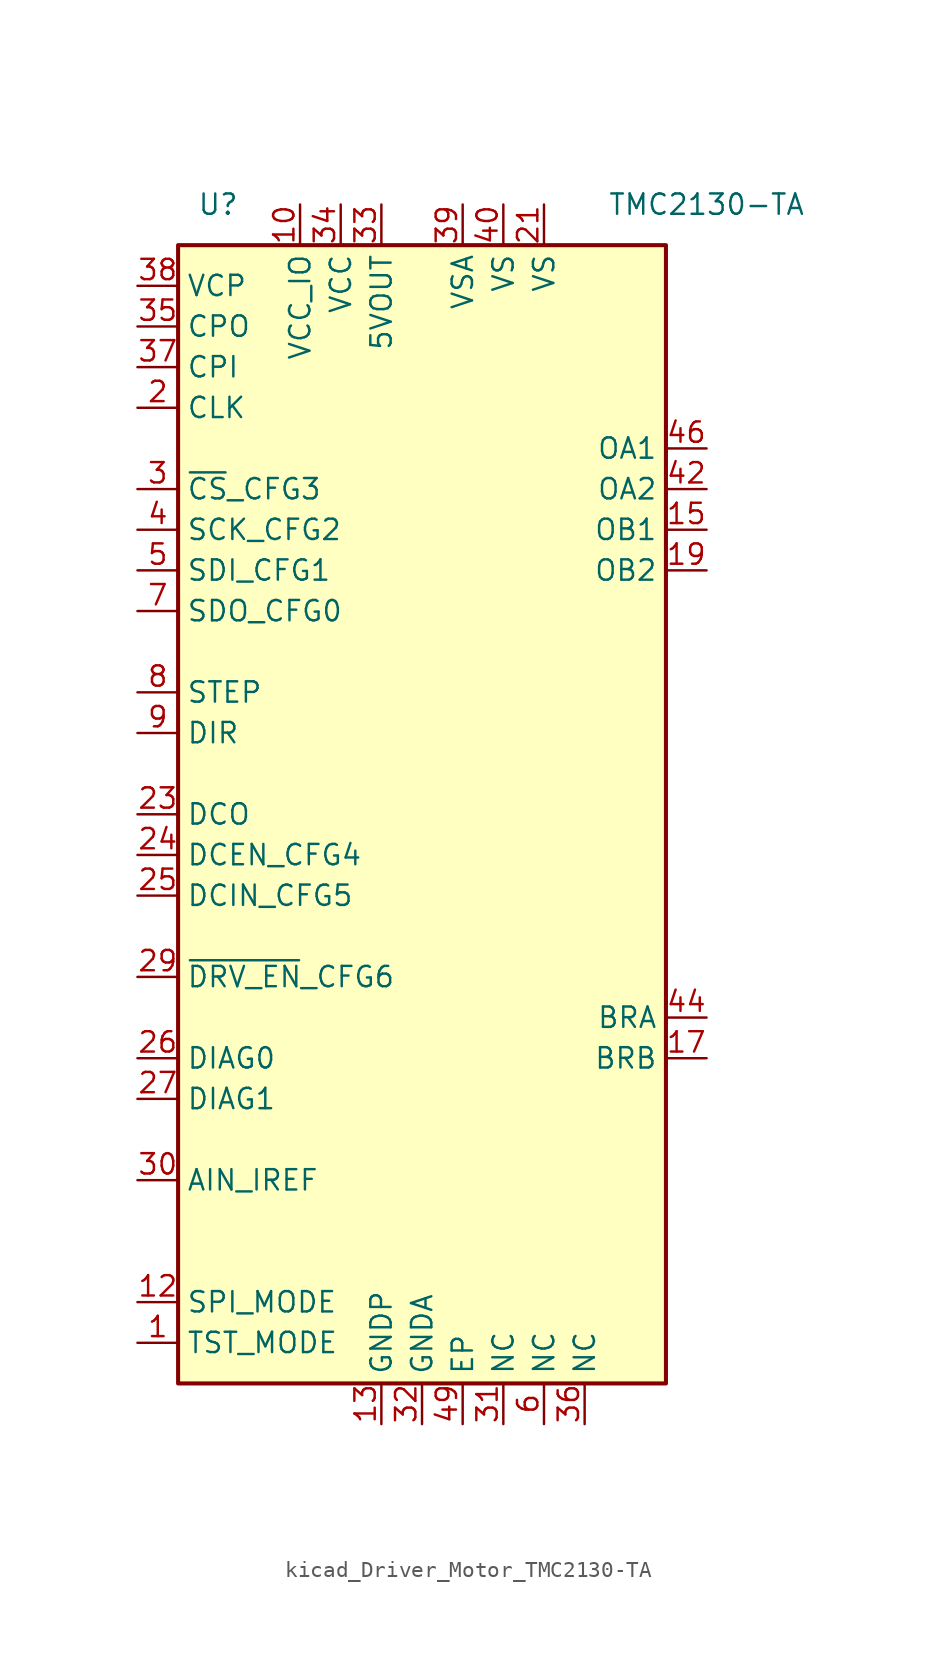
<source format=kicad_sym>
(kicad_symbol_lib
  (version 20220914)
  (generator kicad_symbol_editor)
  (symbol "kicad_Driver_Motor_TMC2130-TA"
    (property "Reference" "U"
      (at -11.43 38.1 0)
      (effects (font (size 1.27 1.27)) (justify right)))
    (property "Value" "TMC2130-TA"
      (at 17.78 38.1 0)
      (effects (font (size 1.27 1.27))))
    (symbol "kicad_Driver_Motor_TMC2130-TA_1_1"
      (rectangle (start -15.24 35.56) (end 15.24 -35.56) (stroke (width 0.254) (type default)) (fill (type background)))
      (pin input line (at -17.78 -33.02 0) (length 2.54) (name "TST_MODE" (effects (font (size 1.27 1.27)))) (number "1" (effects (font (size 1.27 1.27)))))
      (pin power_in line (at -7.62 38.1 270) (length 2.54) (name "VCC_IO" (effects (font (size 1.27 1.27)))) (number "10" (effects (font (size 1.27 1.27)))))
      (pin no_connect line (at -15.24 -27.94 0) (length 2.54) hide (name "DNC" (effects (font (size 1.27 1.27)))) (number "11" (effects (font (size 1.27 1.27)))))
      (pin input line (at -17.78 -30.48 0) (length 2.54) (name "SPI_MODE" (effects (font (size 1.27 1.27)))) (number "12" (effects (font (size 1.27 1.27)))))
      (pin power_in line (at -2.54 -38.1 90) (length 2.54) (name "GNDP" (effects (font (size 1.27 1.27)))) (number "13" (effects (font (size 1.27 1.27)))))
      (pin no_connect line (at 15.24 12.7 180) (length 2.54) hide (name "DNC" (effects (font (size 1.27 1.27)))) (number "14" (effects (font (size 1.27 1.27)))))
      (pin output line (at 17.78 17.78 180) (length 2.54) (name "OB1" (effects (font (size 1.27 1.27)))) (number "15" (effects (font (size 1.27 1.27)))))
      (pin no_connect line (at 15.24 10.16 180) (length 2.54) hide (name "DNC" (effects (font (size 1.27 1.27)))) (number "16" (effects (font (size 1.27 1.27)))))
      (pin passive line (at 17.78 -15.24 180) (length 2.54) (name "BRB" (effects (font (size 1.27 1.27)))) (number "17" (effects (font (size 1.27 1.27)))))
      (pin no_connect line (at 15.24 7.62 180) (length 2.54) hide (name "DNC" (effects (font (size 1.27 1.27)))) (number "18" (effects (font (size 1.27 1.27)))))
      (pin output line (at 17.78 15.24 180) (length 2.54) (name "OB2" (effects (font (size 1.27 1.27)))) (number "19" (effects (font (size 1.27 1.27)))))
      (pin input line (at -17.78 25.4 0) (length 2.54) (name "CLK" (effects (font (size 1.27 1.27)))) (number "2" (effects (font (size 1.27 1.27)))))
      (pin no_connect line (at 15.24 5.08 180) (length 2.54) hide (name "DNC" (effects (font (size 1.27 1.27)))) (number "20" (effects (font (size 1.27 1.27)))))
      (pin power_in line (at 7.62 38.1 270) (length 2.54) (name "VS" (effects (font (size 1.27 1.27)))) (number "21" (effects (font (size 1.27 1.27)))))
      (pin no_connect line (at 15.24 2.54 180) (length 2.54) hide (name "DNC" (effects (font (size 1.27 1.27)))) (number "22" (effects (font (size 1.27 1.27)))))
      (pin output line (at -17.78 0 0) (length 2.54) (name "DCO" (effects (font (size 1.27 1.27)))) (number "23" (effects (font (size 1.27 1.27)))))
      (pin input line (at -17.78 -2.54 0) (length 2.54) (name "DCEN_CFG4" (effects (font (size 1.27 1.27)))) (number "24" (effects (font (size 1.27 1.27)))))
      (pin input line (at -17.78 -5.08 0) (length 2.54) (name "DCIN_CFG5" (effects (font (size 1.27 1.27)))) (number "25" (effects (font (size 1.27 1.27)))))
      (pin output line (at -17.78 -15.24 0) (length 2.54) (name "DIAG0" (effects (font (size 1.27 1.27)))) (number "26" (effects (font (size 1.27 1.27)))))
      (pin output line (at -17.78 -17.78 0) (length 2.54) (name "DIAG1" (effects (font (size 1.27 1.27)))) (number "27" (effects (font (size 1.27 1.27)))))
      (pin no_connect line (at -15.24 -20.32 0) (length 2.54) hide (name "DNC" (effects (font (size 1.27 1.27)))) (number "28" (effects (font (size 1.27 1.27)))))
      (pin input line (at -17.78 -10.16 0) (length 2.54) (name "~{DRV_EN}_CFG6" (effects (font (size 1.27 1.27)))) (number "29" (effects (font (size 1.27 1.27)))))
      (pin input line (at -17.78 20.32 0) (length 2.54) (name "~{CS}_CFG3" (effects (font (size 1.27 1.27)))) (number "3" (effects (font (size 1.27 1.27)))))
      (pin input line (at -17.78 -22.86 0) (length 2.54) (name "AIN_IREF" (effects (font (size 1.27 1.27)))) (number "30" (effects (font (size 1.27 1.27)))))
      (pin passive line (at 5.08 -38.1 90) (length 2.54) (name "NC" (effects (font (size 1.27 1.27)))) (number "31" (effects (font (size 1.27 1.27)))))
      (pin power_in line (at 0 -38.1 90) (length 2.54) (name "GNDA" (effects (font (size 1.27 1.27)))) (number "32" (effects (font (size 1.27 1.27)))))
      (pin power_out line (at -2.54 38.1 270) (length 2.54) (name "5VOUT" (effects (font (size 1.27 1.27)))) (number "33" (effects (font (size 1.27 1.27)))))
      (pin power_in line (at -5.08 38.1 270) (length 2.54) (name "VCC" (effects (font (size 1.27 1.27)))) (number "34" (effects (font (size 1.27 1.27)))))
      (pin passive line (at -17.78 30.48 0) (length 2.54) (name "CPO" (effects (font (size 1.27 1.27)))) (number "35" (effects (font (size 1.27 1.27)))))
      (pin passive line (at 10.16 -38.1 90) (length 2.54) (name "NC" (effects (font (size 1.27 1.27)))) (number "36" (effects (font (size 1.27 1.27)))))
      (pin passive line (at -17.78 27.94 0) (length 2.54) (name "CPI" (effects (font (size 1.27 1.27)))) (number "37" (effects (font (size 1.27 1.27)))))
      (pin passive line (at -17.78 33.02 0) (length 2.54) (name "VCP" (effects (font (size 1.27 1.27)))) (number "38" (effects (font (size 1.27 1.27)))))
      (pin power_in line (at 2.54 38.1 270) (length 2.54) (name "VSA" (effects (font (size 1.27 1.27)))) (number "39" (effects (font (size 1.27 1.27)))))
      (pin input line (at -17.78 17.78 0) (length 2.54) (name "SCK_CFG2" (effects (font (size 1.27 1.27)))) (number "4" (effects (font (size 1.27 1.27)))))
      (pin power_in line (at 5.08 38.1 270) (length 2.54) (name "VS" (effects (font (size 1.27 1.27)))) (number "40" (effects (font (size 1.27 1.27)))))
      (pin no_connect line (at 15.24 33.02 180) (length 2.54) hide (name "DNC" (effects (font (size 1.27 1.27)))) (number "41" (effects (font (size 1.27 1.27)))))
      (pin output line (at 17.78 20.32 180) (length 2.54) (name "OA2" (effects (font (size 1.27 1.27)))) (number "42" (effects (font (size 1.27 1.27)))))
      (pin no_connect line (at 15.24 30.48 180) (length 2.54) hide (name "DNC" (effects (font (size 1.27 1.27)))) (number "43" (effects (font (size 1.27 1.27)))))
      (pin passive line (at 17.78 -12.7 180) (length 2.54) (name "BRA" (effects (font (size 1.27 1.27)))) (number "44" (effects (font (size 1.27 1.27)))))
      (pin no_connect line (at 15.24 27.94 180) (length 2.54) hide (name "DNC" (effects (font (size 1.27 1.27)))) (number "45" (effects (font (size 1.27 1.27)))))
      (pin output line (at 17.78 22.86 180) (length 2.54) (name "OA1" (effects (font (size 1.27 1.27)))) (number "46" (effects (font (size 1.27 1.27)))))
      (pin no_connect line (at 15.24 25.4 180) (length 2.54) hide (name "DNC" (effects (font (size 1.27 1.27)))) (number "47" (effects (font (size 1.27 1.27)))))
      (pin passive line (at -2.54 -38.1 90) (length 2.54) hide (name "GNDP" (effects (font (size 1.27 1.27)))) (number "48" (effects (font (size 1.27 1.27)))))
      (pin power_in line (at 2.54 -38.1 90) (length 2.54) (name "EP" (effects (font (size 1.27 1.27)))) (number "49" (effects (font (size 1.27 1.27)))))
      (pin input line (at -17.78 15.24 0) (length 2.54) (name "SDI_CFG1" (effects (font (size 1.27 1.27)))) (number "5" (effects (font (size 1.27 1.27)))))
      (pin passive line (at 7.62 -38.1 90) (length 2.54) (name "NC" (effects (font (size 1.27 1.27)))) (number "6" (effects (font (size 1.27 1.27)))))
      (pin bidirectional line (at -17.78 12.7 0) (length 2.54) (name "SDO_CFG0" (effects (font (size 1.27 1.27)))) (number "7" (effects (font (size 1.27 1.27)))))
      (pin input line (at -17.78 7.62 0) (length 2.54) (name "STEP" (effects (font (size 1.27 1.27)))) (number "8" (effects (font (size 1.27 1.27)))))
      (pin input line (at -17.78 5.08 0) (length 2.54) (name "DIR" (effects (font (size 1.27 1.27)))) (number "9" (effects (font (size 1.27 1.27))))))))
</source>
